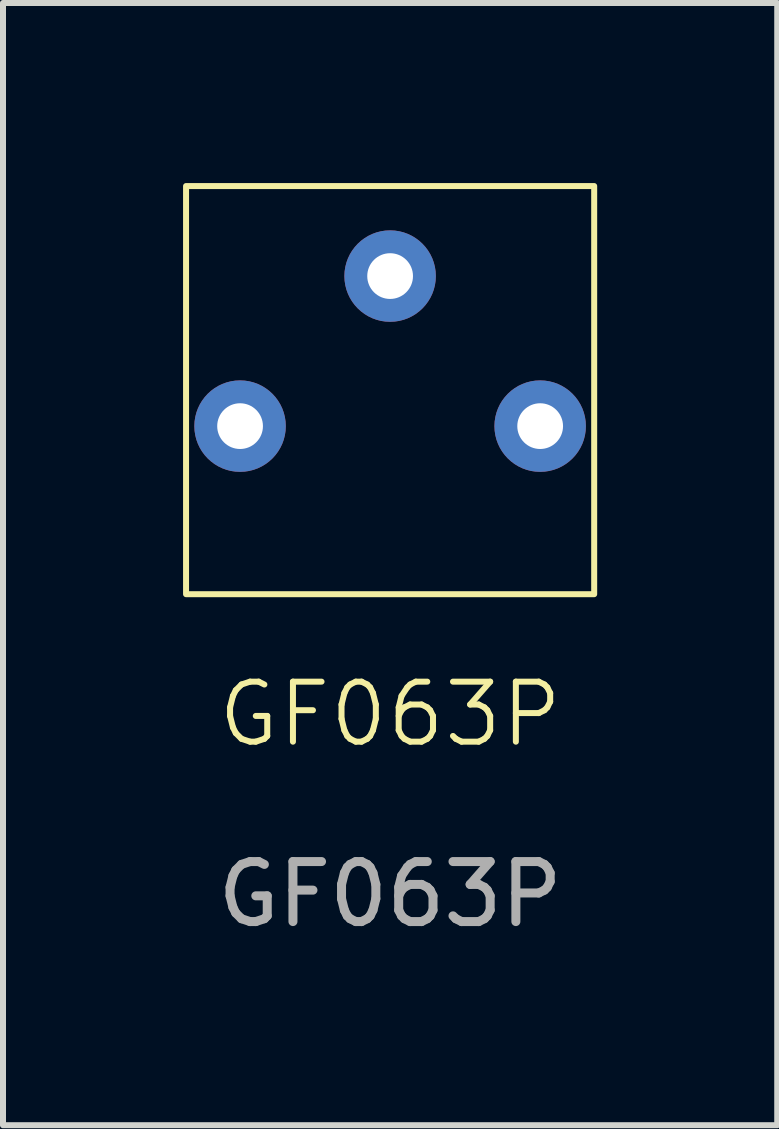
<source format=kicad_pcb>
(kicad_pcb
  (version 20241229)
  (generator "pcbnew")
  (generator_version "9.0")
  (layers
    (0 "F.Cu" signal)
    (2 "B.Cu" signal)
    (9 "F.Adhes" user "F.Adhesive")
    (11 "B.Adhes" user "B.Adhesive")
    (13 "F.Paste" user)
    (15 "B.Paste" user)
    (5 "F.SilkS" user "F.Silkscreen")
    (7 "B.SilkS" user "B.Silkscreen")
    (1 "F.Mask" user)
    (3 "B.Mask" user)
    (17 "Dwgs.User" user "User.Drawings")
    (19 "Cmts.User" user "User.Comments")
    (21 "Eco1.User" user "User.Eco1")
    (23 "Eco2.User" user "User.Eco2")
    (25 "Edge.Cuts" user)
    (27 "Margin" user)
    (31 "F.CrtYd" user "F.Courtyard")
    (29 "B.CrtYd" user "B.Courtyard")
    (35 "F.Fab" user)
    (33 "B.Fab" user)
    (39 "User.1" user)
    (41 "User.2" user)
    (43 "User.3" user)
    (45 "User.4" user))
  (footprint "GF063P"
    (layer "F.Cu")
    (at 3.45 3.45)
    (property "Reference" "GF063P" (at 0 5.4 0) (unlocked yes) (layer "F.SilkS") (effects (font (size 1 1) (thickness 0.1))))
    (attr through_hole)
    (fp_rect (start -3.4 -3.4) (end 3.4 3.4) (stroke (width 0.1) (type default)) (fill no) (layer "F.SilkS"))
    (fp_text user "${REFERENCE}" (at 0 8.4 0) (unlocked yes) (layer "F.Fab") (effects (font (size 1 1) (thickness 0.15))))
    (pad "1" thru_hole circle (at -2.5 0.6) (size 1.524 1.524) (drill 0.762) (layers "*.Cu" "*.Mask"))
    (pad "2" thru_hole circle (at 0 -1.9) (size 1.524 1.524) (drill 0.762) (layers "*.Cu" "*.Mask"))
    (pad "3" thru_hole circle (at 2.5 0.6) (size 1.524 1.524) (drill 0.762) (layers "*.Cu" "*.Mask")))
  (gr_rect
    (start -3 -3)
    (end 9.9 15.698)
    (stroke (width 0.1) (type default))
    (fill no)
    (layer "Edge.Cuts")))
</source>
